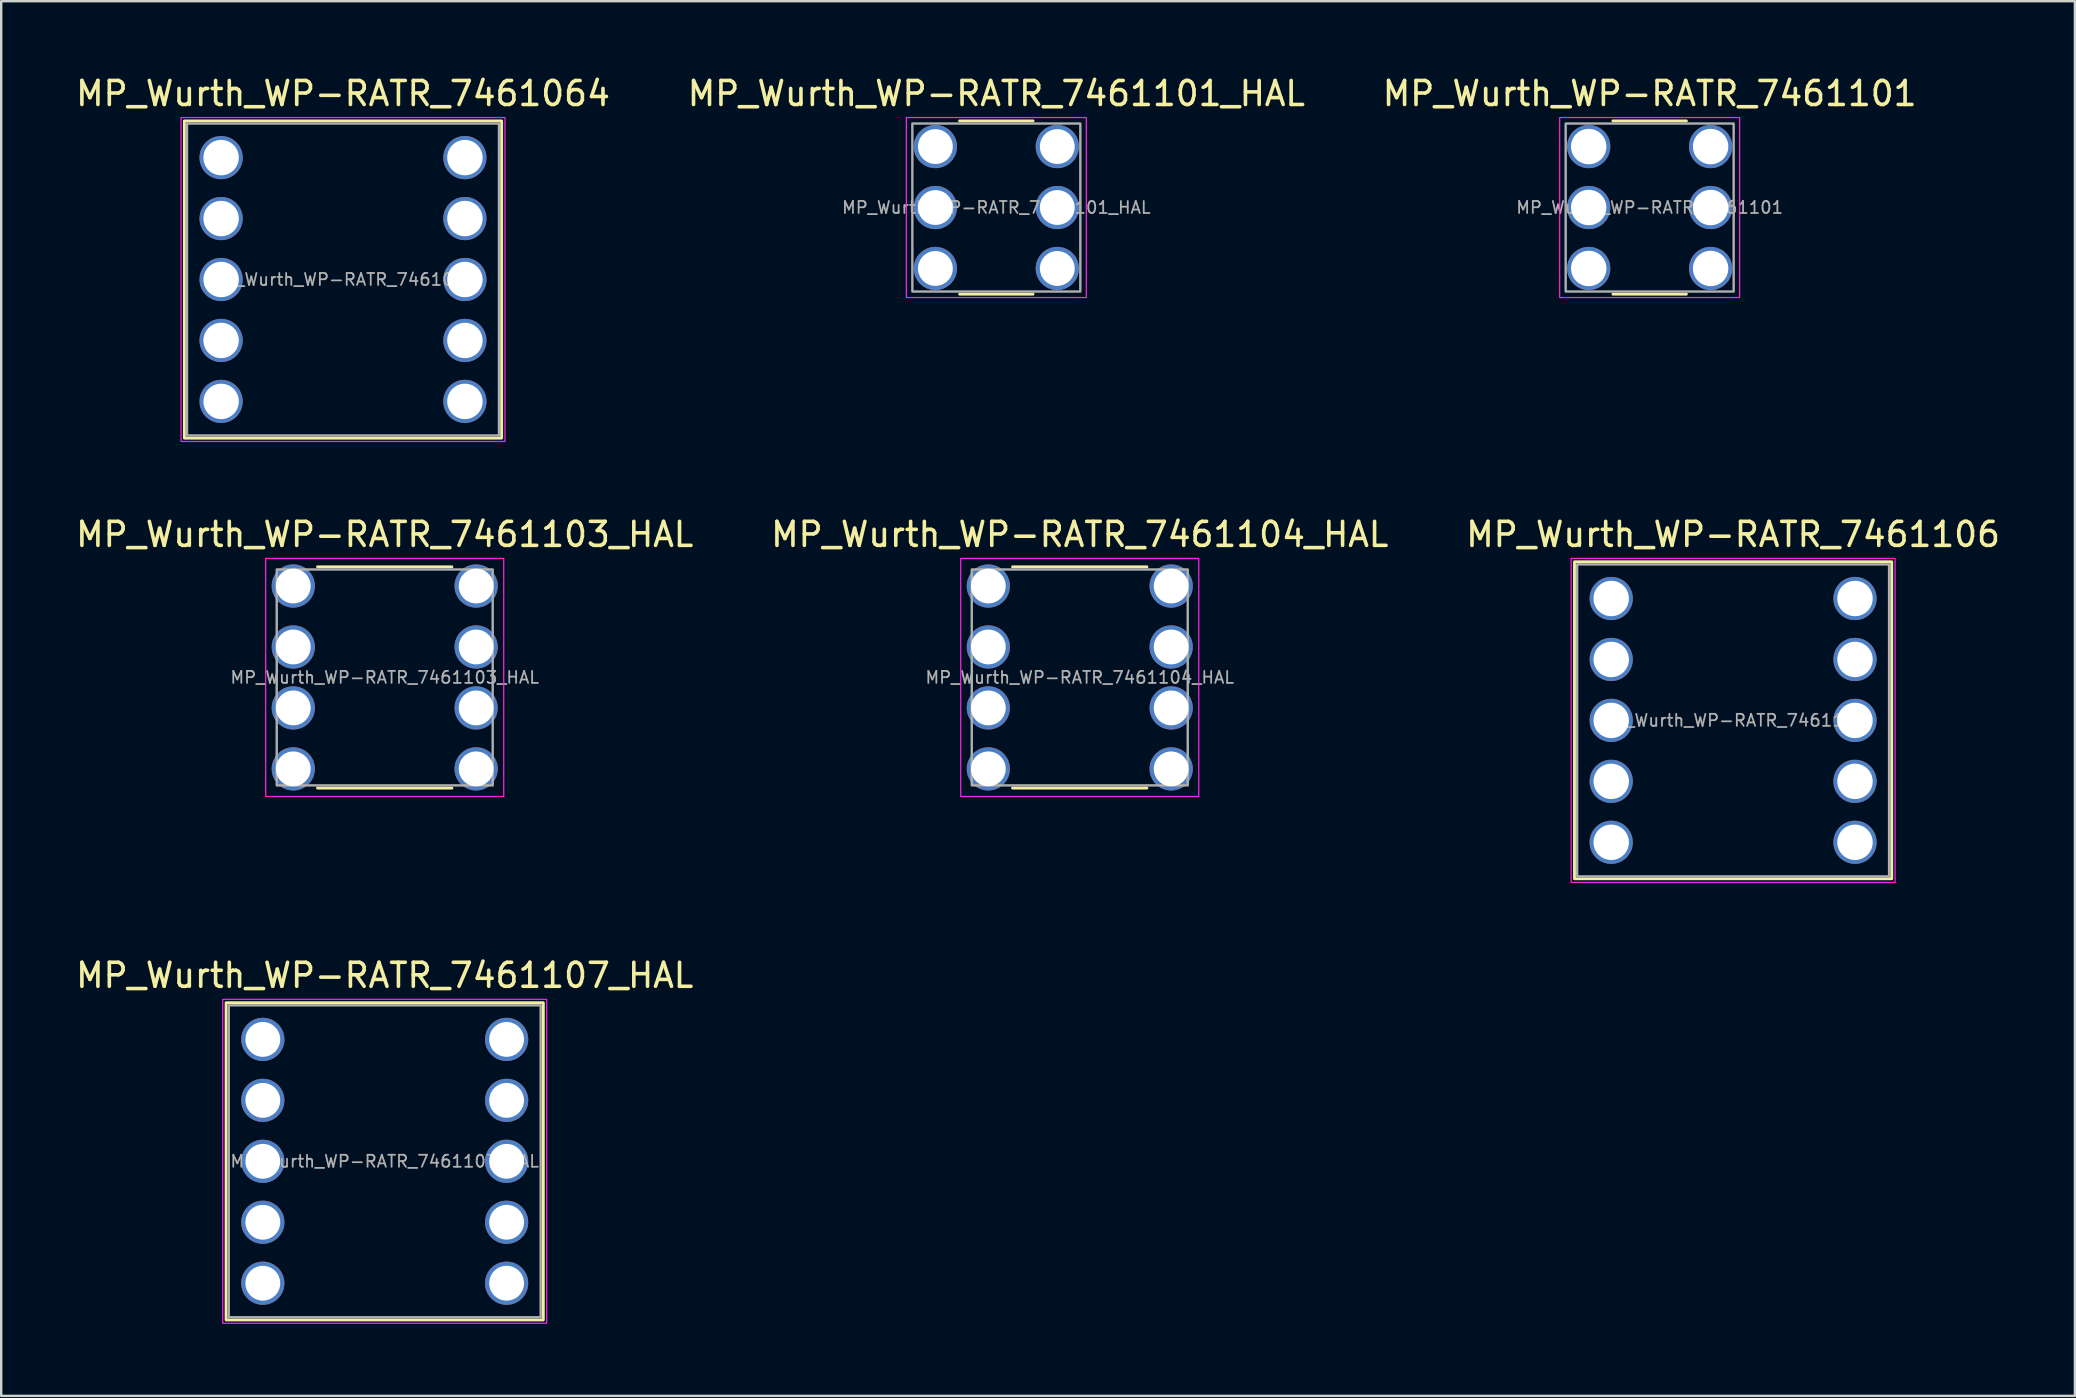
<source format=kicad_pcb>
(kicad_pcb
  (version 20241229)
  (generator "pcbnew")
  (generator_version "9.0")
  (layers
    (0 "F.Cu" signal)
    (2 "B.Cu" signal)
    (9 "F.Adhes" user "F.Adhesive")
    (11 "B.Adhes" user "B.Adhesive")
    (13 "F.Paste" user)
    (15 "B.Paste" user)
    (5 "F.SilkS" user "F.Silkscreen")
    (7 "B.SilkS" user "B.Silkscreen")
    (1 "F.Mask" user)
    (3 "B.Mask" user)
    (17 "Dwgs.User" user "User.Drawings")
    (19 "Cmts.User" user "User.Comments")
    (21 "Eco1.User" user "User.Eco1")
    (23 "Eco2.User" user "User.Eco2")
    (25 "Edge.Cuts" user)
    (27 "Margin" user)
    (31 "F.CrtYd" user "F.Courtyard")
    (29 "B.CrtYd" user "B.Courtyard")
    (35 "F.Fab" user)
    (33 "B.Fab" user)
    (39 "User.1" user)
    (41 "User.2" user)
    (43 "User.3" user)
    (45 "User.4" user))
  (footprint "MP_Wurth_WP-RATR_7461101_HAL"
    (layer "F.Cu")
    (at 38.47 5.598)
    (property "Reference" "MP_Wurth_WP-RATR_7461101_HAL" (at 0 -4.75 0) (unlocked yes) (layer "F.SilkS") (effects (font (size 1 1) (thickness 0.15))))
    (attr through_hole)
    (fp_line (start -1.53 -3.61) (end 1.53 -3.61) (stroke (width 0.12) (type solid)) (layer "F.SilkS"))
    (fp_line (start -1.53 3.61) (end 1.53 3.61) (stroke (width 0.12) (type solid)) (layer "F.SilkS"))
    (fp_rect (start -3.75 -3.75) (end 3.75 3.75) (stroke (width 0.05) (type solid)) (fill no) (layer "F.CrtYd"))
    (fp_rect (start -3.5 -3.5) (end 3.5 3.5) (stroke (width 0.1) (type solid)) (fill no) (layer "F.Fab"))
    (fp_text user "${REFERENCE}" (at 0 0 0) (unlocked yes) (layer "F.Fab") (effects (font (size 0.5 0.5) (thickness 0.075))))
    (pad "1" thru_hole circle (at -2.54 -2.54) (size 1.8 1.8) (drill 1.45) (layers "*.Cu" "*.Mask"))
    (pad "1" thru_hole circle (at -2.54 0) (size 1.8 1.8) (drill 1.45) (layers "*.Cu" "*.Mask"))
    (pad "1" thru_hole circle (at -2.54 2.54) (size 1.8 1.8) (drill 1.45) (layers "*.Cu" "*.Mask"))
    (pad "1" thru_hole circle (at 2.54 -2.54) (size 1.8 1.8) (drill 1.45) (layers "*.Cu" "*.Mask"))
    (pad "1" thru_hole circle (at 2.54 0) (size 1.8 1.8) (drill 1.45) (layers "*.Cu" "*.Mask"))
    (pad "1" thru_hole circle (at 2.54 2.54) (size 1.8 1.8) (drill 1.45) (layers "*.Cu" "*.Mask")))
  (footprint "MP_Wurth_WP-RATR_7461103_HAL"
    (layer "F.Cu")
    (at 12.982 25.181)
    (property "Reference" "MP_Wurth_WP-RATR_7461103_HAL" (at 0 -5.96 0) (unlocked yes) (layer "F.SilkS") (effects (font (size 1 1) (thickness 0.15))))
    (attr through_hole)
    (fp_line (start -2.8 -4.61) (end 2.8 -4.61) (stroke (width 0.12) (type solid)) (layer "F.SilkS"))
    (fp_line (start -2.8 4.61) (end 2.8 4.61) (stroke (width 0.12) (type solid)) (layer "F.SilkS"))
    (fp_rect (start -4.96 -4.96) (end 4.96 4.96) (stroke (width 0.05) (type solid)) (fill no) (layer "F.CrtYd"))
    (fp_rect (start -4.5 -4.5) (end 4.5 4.5) (stroke (width 0.1) (type solid)) (fill no) (layer "F.Fab"))
    (fp_text user "${REFERENCE}" (at 0 0 0) (unlocked yes) (layer "F.Fab") (effects (font (size 0.5 0.5) (thickness 0.075))))
    (pad "1" thru_hole circle (at -3.81 -3.81) (size 1.8 1.8) (drill 1.45) (layers "*.Cu" "*.Mask"))
    (pad "1" thru_hole circle (at -3.81 -1.27) (size 1.8 1.8) (drill 1.45) (layers "*.Cu" "*.Mask"))
    (pad "1" thru_hole circle (at -3.81 1.27) (size 1.8 1.8) (drill 1.45) (layers "*.Cu" "*.Mask"))
    (pad "1" thru_hole circle (at -3.81 3.81) (size 1.8 1.8) (drill 1.45) (layers "*.Cu" "*.Mask"))
    (pad "1" thru_hole circle (at 3.81 -3.81) (size 1.8 1.8) (drill 1.45) (layers "*.Cu" "*.Mask"))
    (pad "1" thru_hole circle (at 3.81 -1.27) (size 1.8 1.8) (drill 1.45) (layers "*.Cu" "*.Mask"))
    (pad "1" thru_hole circle (at 3.81 1.27) (size 1.8 1.8) (drill 1.45) (layers "*.Cu" "*.Mask"))
    (pad "1" thru_hole circle (at 3.81 3.81) (size 1.8 1.8) (drill 1.45) (layers "*.Cu" "*.Mask")))
  (footprint "MP_Wurth_WP-RATR_7461104_HAL"
    (layer "F.Cu")
    (at 41.946 25.181)
    (property "Reference" "MP_Wurth_WP-RATR_7461104_HAL" (at 0 -5.96 0) (unlocked yes) (layer "F.SilkS") (effects (font (size 1 1) (thickness 0.15))))
    (attr through_hole)
    (fp_line (start -2.8 -4.61) (end 2.8 -4.61) (stroke (width 0.12) (type solid)) (layer "F.SilkS"))
    (fp_line (start -2.8 4.61) (end 2.8 4.61) (stroke (width 0.12) (type solid)) (layer "F.SilkS"))
    (fp_rect (start -4.96 -4.96) (end 4.96 4.96) (stroke (width 0.05) (type solid)) (fill no) (layer "F.CrtYd"))
    (fp_rect (start -4.5 -4.5) (end 4.5 4.5) (stroke (width 0.1) (type solid)) (fill no) (layer "F.Fab"))
    (fp_text user "${REFERENCE}" (at 0 0 0) (unlocked yes) (layer "F.Fab") (effects (font (size 0.5 0.5) (thickness 0.075))))
    (pad "1" thru_hole circle (at -3.81 -3.81) (size 1.8 1.8) (drill 1.45) (layers "*.Cu" "*.Mask"))
    (pad "1" thru_hole circle (at -3.81 -1.27) (size 1.8 1.8) (drill 1.45) (layers "*.Cu" "*.Mask"))
    (pad "1" thru_hole circle (at -3.81 1.27) (size 1.8 1.8) (drill 1.45) (layers "*.Cu" "*.Mask"))
    (pad "1" thru_hole circle (at -3.81 3.81) (size 1.8 1.8) (drill 1.45) (layers "*.Cu" "*.Mask"))
    (pad "1" thru_hole circle (at 3.81 -3.81) (size 1.8 1.8) (drill 1.45) (layers "*.Cu" "*.Mask"))
    (pad "1" thru_hole circle (at 3.81 -1.27) (size 1.8 1.8) (drill 1.45) (layers "*.Cu" "*.Mask"))
    (pad "1" thru_hole circle (at 3.81 1.27) (size 1.8 1.8) (drill 1.45) (layers "*.Cu" "*.Mask"))
    (pad "1" thru_hole circle (at 3.81 3.81) (size 1.8 1.8) (drill 1.45) (layers "*.Cu" "*.Mask")))
  (footprint "MP_Wurth_WP-RATR_7461101"
    (layer "F.Cu")
    (at 65.696 5.598)
    (property "Reference" "MP_Wurth_WP-RATR_7461101" (at 0 -4.75 0) (unlocked yes) (layer "F.SilkS") (effects (font (size 1 1) (thickness 0.15))))
    (attr through_hole)
    (fp_line (start -1.53 -3.61) (end 1.53 -3.61) (stroke (width 0.12) (type solid)) (layer "F.SilkS"))
    (fp_line (start -1.53 3.61) (end 1.53 3.61) (stroke (width 0.12) (type solid)) (layer "F.SilkS"))
    (fp_rect (start -3.75 -3.75) (end 3.75 3.75) (stroke (width 0.05) (type solid)) (fill no) (layer "F.CrtYd"))
    (fp_rect (start -3.5 -3.5) (end 3.5 3.5) (stroke (width 0.1) (type solid)) (fill no) (layer "F.Fab"))
    (fp_text user "${REFERENCE}" (at 0 0 0) (unlocked yes) (layer "F.Fab") (effects (font (size 0.5 0.5) (thickness 0.075))))
    (pad "1" thru_hole circle (at -2.54 -2.54) (size 1.8 1.8) (drill 1.475) (layers "*.Cu" "*.Mask"))
    (pad "1" thru_hole circle (at -2.54 0) (size 1.8 1.8) (drill 1.475) (layers "*.Cu" "*.Mask"))
    (pad "1" thru_hole circle (at -2.54 2.54) (size 1.8 1.8) (drill 1.475) (layers "*.Cu" "*.Mask"))
    (pad "1" thru_hole circle (at 2.54 -2.54) (size 1.8 1.8) (drill 1.475) (layers "*.Cu" "*.Mask"))
    (pad "1" thru_hole circle (at 2.54 0) (size 1.8 1.8) (drill 1.475) (layers "*.Cu" "*.Mask"))
    (pad "1" thru_hole circle (at 2.54 2.54) (size 1.8 1.8) (drill 1.475) (layers "*.Cu" "*.Mask")))
  (footprint "MP_Wurth_WP-RATR_7461107_HAL"
    (layer "F.Cu")
    (at 12.982 45.345)
    (property "Reference" "MP_Wurth_WP-RATR_7461107_HAL" (at 0 -7.75 0) (unlocked yes) (layer "F.SilkS") (effects (font (size 1 1) (thickness 0.15))))
    (attr through_hole)
    (fp_rect (start -6.61 -6.61) (end 6.61 6.61) (stroke (width 0.12) (type default)) (fill no) (layer "F.SilkS"))
    (fp_rect (start -6.75 -6.75) (end 6.75 6.75) (stroke (width 0.05) (type solid)) (fill no) (layer "F.CrtYd"))
    (fp_rect (start -6.5 -6.5) (end 6.5 6.5) (stroke (width 0.1) (type solid)) (fill no) (layer "F.Fab"))
    (fp_text user "${REFERENCE}" (at 0 0 0) (unlocked yes) (layer "F.Fab") (effects (font (size 0.5 0.5) (thickness 0.075))))
    (pad "1" thru_hole circle (at -5.08 -5.08) (size 1.8 1.8) (drill 1.45) (layers "*.Cu" "*.Mask"))
    (pad "1" thru_hole circle (at -5.08 -2.54) (size 1.8 1.8) (drill 1.45) (layers "*.Cu" "*.Mask"))
    (pad "1" thru_hole circle (at -5.08 0) (size 1.8 1.8) (drill 1.45) (layers "*.Cu" "*.Mask"))
    (pad "1" thru_hole circle (at -5.08 2.54) (size 1.8 1.8) (drill 1.45) (layers "*.Cu" "*.Mask"))
    (pad "1" thru_hole circle (at -5.08 5.08) (size 1.8 1.8) (drill 1.45) (layers "*.Cu" "*.Mask"))
    (pad "1" thru_hole circle (at 5.08 -5.08) (size 1.8 1.8) (drill 1.45) (layers "*.Cu" "*.Mask"))
    (pad "1" thru_hole circle (at 5.08 -2.54) (size 1.8 1.8) (drill 1.45) (layers "*.Cu" "*.Mask"))
    (pad "1" thru_hole circle (at 5.08 0) (size 1.8 1.8) (drill 1.45) (layers "*.Cu" "*.Mask"))
    (pad "1" thru_hole circle (at 5.08 2.54) (size 1.8 1.8) (drill 1.45) (layers "*.Cu" "*.Mask"))
    (pad "1" thru_hole circle (at 5.08 5.08) (size 1.8 1.8) (drill 1.45) (layers "*.Cu" "*.Mask")))
  (footprint "MP_Wurth_WP-RATR_7461064"
    (layer "F.Cu")
    (at 11.244 8.598)
    (property "Reference" "MP_Wurth_WP-RATR_7461064" (at 0 -7.75 0) (unlocked yes) (layer "F.SilkS") (effects (font (size 1 1) (thickness 0.15))))
    (attr through_hole)
    (fp_rect (start -6.61 -6.61) (end 6.61 6.61) (stroke (width 0.12) (type default)) (fill no) (layer "F.SilkS"))
    (fp_rect (start -6.75 -6.75) (end 6.75 6.75) (stroke (width 0.05) (type solid)) (fill no) (layer "F.CrtYd"))
    (fp_rect (start -6.5 -6.5) (end 6.5 6.5) (stroke (width 0.1) (type solid)) (fill no) (layer "F.Fab"))
    (fp_text user "${REFERENCE}" (at 0 0 0) (unlocked yes) (layer "F.Fab") (effects (font (size 0.5 0.5) (thickness 0.075))))
    (pad "1" thru_hole circle (at -5.08 -5.08) (size 1.8 1.8) (drill 1.475) (layers "*.Cu" "*.Mask"))
    (pad "1" thru_hole circle (at -5.08 -2.54) (size 1.8 1.8) (drill 1.475) (layers "*.Cu" "*.Mask"))
    (pad "1" thru_hole circle (at -5.08 0) (size 1.8 1.8) (drill 1.475) (layers "*.Cu" "*.Mask"))
    (pad "1" thru_hole circle (at -5.08 2.54) (size 1.8 1.8) (drill 1.475) (layers "*.Cu" "*.Mask"))
    (pad "1" thru_hole circle (at -5.08 5.08) (size 1.8 1.8) (drill 1.475) (layers "*.Cu" "*.Mask"))
    (pad "1" thru_hole circle (at 5.08 -5.08) (size 1.8 1.8) (drill 1.475) (layers "*.Cu" "*.Mask"))
    (pad "1" thru_hole circle (at 5.08 -2.54) (size 1.8 1.8) (drill 1.475) (layers "*.Cu" "*.Mask"))
    (pad "1" thru_hole circle (at 5.08 0) (size 1.8 1.8) (drill 1.475) (layers "*.Cu" "*.Mask"))
    (pad "1" thru_hole circle (at 5.08 2.54) (size 1.8 1.8) (drill 1.475) (layers "*.Cu" "*.Mask"))
    (pad "1" thru_hole circle (at 5.08 5.08) (size 1.8 1.8) (drill 1.475) (layers "*.Cu" "*.Mask")))
  (footprint "MP_Wurth_WP-RATR_7461106"
    (layer "F.Cu")
    (at 69.173 26.971)
    (property "Reference" "MP_Wurth_WP-RATR_7461106" (at 0 -7.75 0) (unlocked yes) (layer "F.SilkS") (effects (font (size 1 1) (thickness 0.15))))
    (attr through_hole)
    (fp_rect (start -6.61 -6.61) (end 6.61 6.6) (stroke (width 0.12) (type default)) (fill no) (layer "F.SilkS"))
    (fp_rect (start -6.75 -6.75) (end 6.75 6.75) (stroke (width 0.05) (type solid)) (fill no) (layer "F.CrtYd"))
    (fp_rect (start -6.5 -6.5) (end 6.5 6.5) (stroke (width 0.1) (type solid)) (fill no) (layer "F.Fab"))
    (fp_text user "${REFERENCE}" (at 0 0 0) (unlocked yes) (layer "F.Fab") (effects (font (size 0.5 0.5) (thickness 0.075))))
    (pad "1" thru_hole circle (at -5.08 -5.08) (size 1.8 1.8) (drill 1.475) (layers "*.Cu" "*.Mask"))
    (pad "1" thru_hole circle (at -5.08 -2.54) (size 1.8 1.8) (drill 1.475) (layers "*.Cu" "*.Mask"))
    (pad "1" thru_hole circle (at -5.08 0) (size 1.8 1.8) (drill 1.475) (layers "*.Cu" "*.Mask"))
    (pad "1" thru_hole circle (at -5.08 2.54) (size 1.8 1.8) (drill 1.475) (layers "*.Cu" "*.Mask"))
    (pad "1" thru_hole circle (at -5.08 5.08) (size 1.8 1.8) (drill 1.475) (layers "*.Cu" "*.Mask"))
    (pad "1" thru_hole circle (at 5.08 -5.08) (size 1.8 1.8) (drill 1.475) (layers "*.Cu" "*.Mask"))
    (pad "1" thru_hole circle (at 5.08 -2.54) (size 1.8 1.8) (drill 1.475) (layers "*.Cu" "*.Mask"))
    (pad "1" thru_hole circle (at 5.08 0) (size 1.8 1.8) (drill 1.475) (layers "*.Cu" "*.Mask"))
    (pad "1" thru_hole circle (at 5.08 2.54) (size 1.8 1.8) (drill 1.475) (layers "*.Cu" "*.Mask"))
    (pad "1" thru_hole circle (at 5.08 5.08) (size 1.8 1.8) (drill 1.475) (layers "*.Cu" "*.Mask")))
  (gr_rect
    (start -3 -3)
    (end 83.417 55.12)
    (stroke (width 0.1) (type default))
    (fill no)
    (layer "Edge.Cuts")))
</source>
